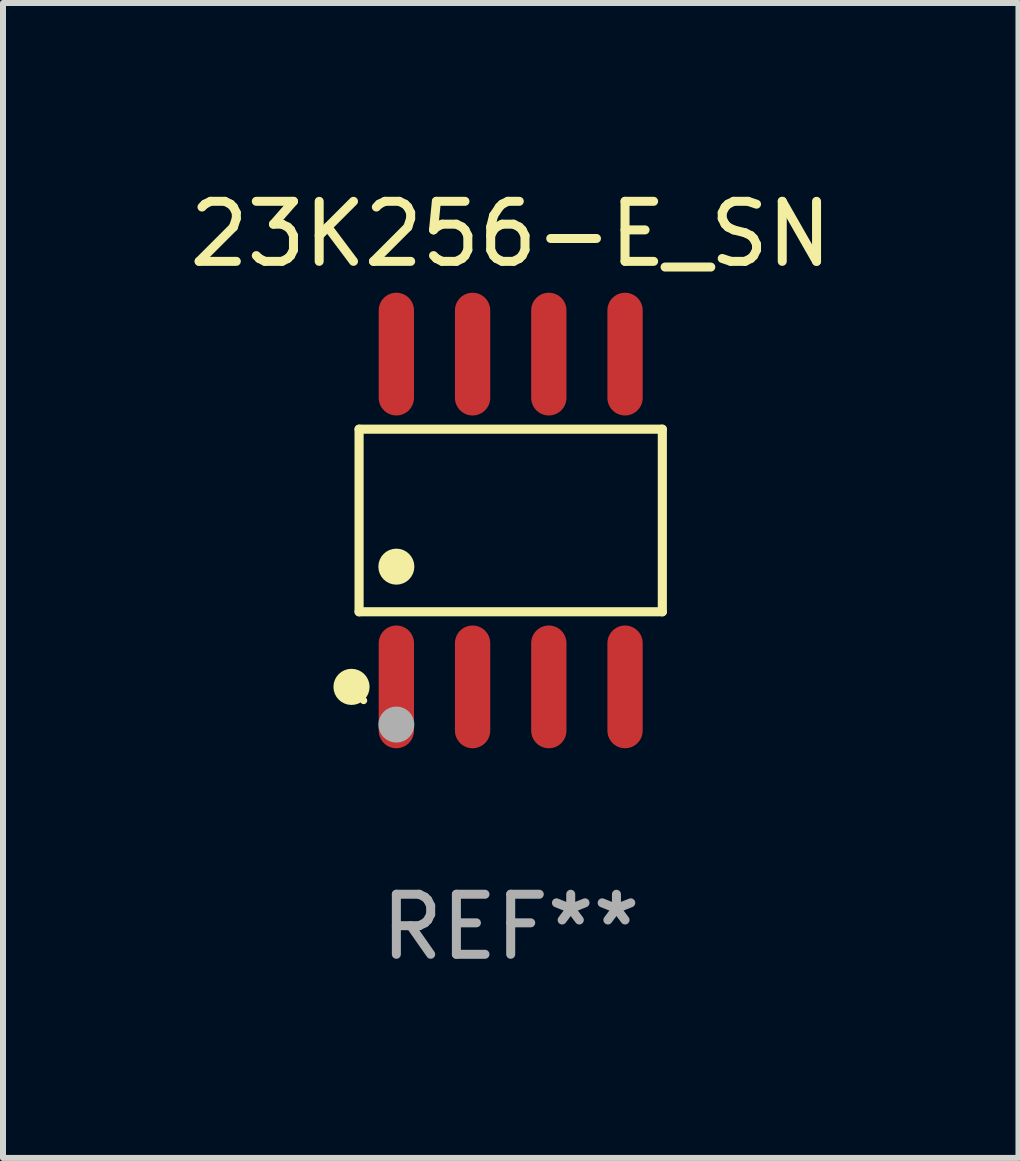
<source format=kicad_pcb>
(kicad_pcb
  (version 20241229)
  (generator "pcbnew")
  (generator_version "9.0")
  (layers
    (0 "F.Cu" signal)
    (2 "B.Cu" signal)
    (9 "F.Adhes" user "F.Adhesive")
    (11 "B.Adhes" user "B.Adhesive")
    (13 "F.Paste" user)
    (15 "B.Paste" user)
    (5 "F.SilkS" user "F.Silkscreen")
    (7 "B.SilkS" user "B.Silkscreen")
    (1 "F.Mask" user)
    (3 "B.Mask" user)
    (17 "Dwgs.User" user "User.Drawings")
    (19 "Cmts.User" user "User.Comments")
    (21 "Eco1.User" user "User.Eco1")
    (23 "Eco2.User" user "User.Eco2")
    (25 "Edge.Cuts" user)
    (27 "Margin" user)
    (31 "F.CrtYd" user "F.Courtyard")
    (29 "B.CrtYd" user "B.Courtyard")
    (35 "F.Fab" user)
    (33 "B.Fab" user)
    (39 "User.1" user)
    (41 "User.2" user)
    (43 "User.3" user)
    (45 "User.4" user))
  (footprint "23K256-E_SN"
    (layer "F.Cu")
    (at 5.458 5.621)
    (property "Reference" "23K256-E_SN" (at 0 -4.772 0) (layer "F.SilkS") (effects (font (size 1 1) (thickness 0.15))))
    (attr through_hole)
    (fp_line (start -2.526 -1.521) (end 2.526 -1.521) (stroke (width 0.152) (type solid)) (layer "F.SilkS"))
    (fp_line (start -2.526 1.521) (end -2.526 -1.521) (stroke (width 0.152) (type solid)) (layer "F.SilkS"))
    (fp_line (start 2.526 -1.521) (end 2.526 1.521) (stroke (width 0.152) (type solid)) (layer "F.SilkS"))
    (fp_line (start 2.526 1.521) (end -2.526 1.521) (stroke (width 0.152) (type solid)) (layer "F.SilkS"))
    (fp_circle (center -2.652 2.772) (end -2.501 2.772) (stroke (width 0.3) (type solid)) (fill no) (layer "F.SilkS"))
    (fp_circle (center -2.45 3) (end -2.42 3) (stroke (width 0.06) (type solid)) (fill no) (layer "F.SilkS"))
    (fp_circle (center -1.905 0.769) (end -1.755 0.769) (stroke (width 0.3) (type solid)) (fill no) (layer "F.SilkS"))
    (fp_circle (center -1.905 3.4) (end -1.755 3.4) (stroke (width 0.3) (type solid)) (fill no) (layer "F.Fab"))
    (fp_text user "REF**" (at 0 6.772 0) (layer "F.Fab") (effects (font (size 1 1) (thickness 0.15))))
    (pad "1" smd oval (at -1.905 2.772) (size 0.588 2.045) (layers "F.Cu" "F.Mask" "F.Paste"))
    (pad "2" smd oval (at -0.635 2.772) (size 0.588 2.045) (layers "F.Cu" "F.Mask" "F.Paste"))
    (pad "3" smd oval (at 0.635 2.772) (size 0.588 2.045) (layers "F.Cu" "F.Mask" "F.Paste"))
    (pad "4" smd oval (at 1.905 2.772) (size 0.588 2.045) (layers "F.Cu" "F.Mask" "F.Paste"))
    (pad "5" smd oval (at 1.905 -2.772) (size 0.588 2.045) (layers "F.Cu" "F.Mask" "F.Paste"))
    (pad "6" smd oval (at 0.635 -2.772) (size 0.588 2.045) (layers "F.Cu" "F.Mask" "F.Paste"))
    (pad "7" smd oval (at -0.635 -2.772) (size 0.588 2.045) (layers "F.Cu" "F.Mask" "F.Paste"))
    (pad "8" smd oval (at -1.905 -2.772) (size 0.588 2.045) (layers "F.Cu" "F.Mask" "F.Paste")))
  (gr_rect
    (start -3 -3)
    (end 13.917 16.241)
    (stroke (width 0.1) (type default))
    (fill no)
    (layer "Edge.Cuts")))
</source>
